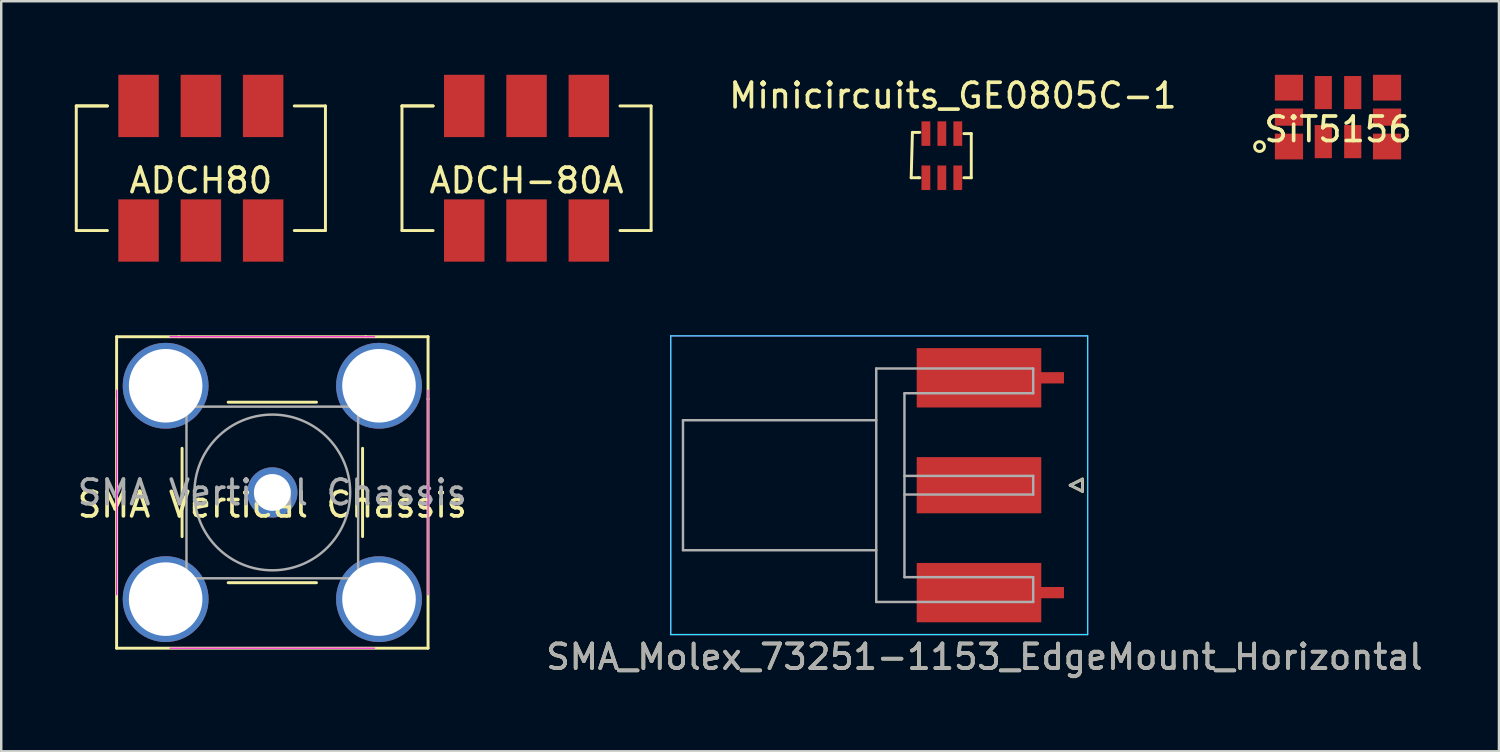
<source format=kicad_pcb>
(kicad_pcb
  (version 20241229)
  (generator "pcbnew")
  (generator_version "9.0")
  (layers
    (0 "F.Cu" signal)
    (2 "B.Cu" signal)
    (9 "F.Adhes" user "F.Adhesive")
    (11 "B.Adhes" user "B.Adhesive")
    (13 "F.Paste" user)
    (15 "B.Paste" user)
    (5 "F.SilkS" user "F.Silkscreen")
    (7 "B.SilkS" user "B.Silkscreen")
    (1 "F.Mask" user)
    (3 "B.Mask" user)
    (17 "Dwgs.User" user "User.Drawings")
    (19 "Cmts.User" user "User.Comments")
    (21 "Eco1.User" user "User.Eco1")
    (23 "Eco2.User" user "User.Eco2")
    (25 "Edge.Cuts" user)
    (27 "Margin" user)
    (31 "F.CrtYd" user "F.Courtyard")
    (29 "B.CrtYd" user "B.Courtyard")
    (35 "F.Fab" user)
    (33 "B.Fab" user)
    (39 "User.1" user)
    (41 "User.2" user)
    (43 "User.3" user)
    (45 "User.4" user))
  (footprint "ADCH-80A"
    (layer "F.Cu")
    (at 18.42 3.81)
    (property "Reference" "ADCH-80A" (at 0 0.5 0) (layer "F.SilkS") (effects (font (size 1 1) (thickness 0.15))))
    (attr through_hole)
    (fp_line (start -5.08 -2.54) (end -5.08 2.54) (stroke (width 0.12) (type solid)) (layer "F.SilkS"))
    (fp_line (start -5.08 -2.54) (end -3.81 -2.54) (stroke (width 0.12) (type solid)) (layer "F.SilkS"))
    (fp_line (start -5.08 2.54) (end -3.81 2.54) (stroke (width 0.12) (type solid)) (layer "F.SilkS"))
    (fp_line (start -3.81 -2.54) (end -5.08 -2.54) (stroke (width 0.12) (type solid)) (layer "F.SilkS"))
    (fp_line (start 5.08 -2.54) (end 3.81 -2.54) (stroke (width 0.12) (type solid)) (layer "F.SilkS"))
    (fp_line (start 5.08 -2.54) (end 5.08 2.54) (stroke (width 0.12) (type solid)) (layer "F.SilkS"))
    (fp_line (start 5.08 2.54) (end 3.81 2.54) (stroke (width 0.12) (type solid)) (layer "F.SilkS"))
    (pad "1" smd rect (at -2.54 2.54) (size 1.65 2.54) (layers "F.Cu" "F.Mask" "F.Paste"))
    (pad "2" smd rect (at 0 2.54) (size 1.65 2.54) (layers "F.Cu" "F.Mask" "F.Paste"))
    (pad "3" smd rect (at 2.54 2.54) (size 1.65 2.54) (layers "F.Cu" "F.Mask" "F.Paste"))
    (pad "4" smd rect (at 2.54 -2.54) (size 1.65 2.54) (layers "F.Cu" "F.Mask" "F.Paste"))
    (pad "5" smd rect (at 0 -2.54) (size 1.65 2.54) (layers "F.Cu" "F.Mask" "F.Paste"))
    (pad "6" smd rect (at -2.54 -2.54) (size 1.65 2.54) (layers "F.Cu" "F.Mask" "F.Paste")))
  (footprint "ADCH80"
    (layer "F.Cu")
    (at 5.14 3.81)
    (property "Reference" "ADCH80" (at 0 0.5 0) (layer "F.SilkS") (effects (font (size 1 1) (thickness 0.15))))
    (attr through_hole)
    (fp_line (start -5.08 -2.54) (end -5.08 2.54) (stroke (width 0.12) (type solid)) (layer "F.SilkS"))
    (fp_line (start -5.08 -2.54) (end -3.81 -2.54) (stroke (width 0.12) (type solid)) (layer "F.SilkS"))
    (fp_line (start -5.08 2.54) (end -3.81 2.54) (stroke (width 0.12) (type solid)) (layer "F.SilkS"))
    (fp_line (start -3.81 -2.54) (end -5.08 -2.54) (stroke (width 0.12) (type solid)) (layer "F.SilkS"))
    (fp_line (start 5.08 -2.54) (end 3.81 -2.54) (stroke (width 0.12) (type solid)) (layer "F.SilkS"))
    (fp_line (start 5.08 -2.54) (end 5.08 2.54) (stroke (width 0.12) (type solid)) (layer "F.SilkS"))
    (fp_line (start 5.08 2.54) (end 3.81 2.54) (stroke (width 0.12) (type solid)) (layer "F.SilkS"))
    (pad "1" smd rect (at -2.54 2.54) (size 1.65 2.54) (layers "F.Cu" "F.Mask" "F.Paste"))
    (pad "2" smd rect (at 0 2.54) (size 1.65 2.54) (layers "F.Cu" "F.Mask" "F.Paste"))
    (pad "3" smd rect (at 2.54 2.54) (size 1.65 2.54) (layers "F.Cu" "F.Mask" "F.Paste"))
    (pad "4" smd rect (at 2.54 -2.54) (size 1.65 2.54) (layers "F.Cu" "F.Mask" "F.Paste"))
    (pad "5" smd rect (at 0 -2.54) (size 1.65 2.54) (layers "F.Cu" "F.Mask" "F.Paste"))
    (pad "6" smd rect (at -2.54 -2.54) (size 1.65 2.54) (layers "F.Cu" "F.Mask" "F.Paste")))
  (footprint "Minicircuits_GE0805C-1"
    (layer "F.Cu")
    (at 34.704 4.198)
    (property "Reference" "Minicircuits_GE0805C-1" (at 1.1 -3.35 0) (layer "F.SilkS") (effects (font (size 1 1) (thickness 0.15))))
    (attr through_hole)
    (fp_line (start -0.6 0) (end -0.3 0) (stroke (width 0.12) (type solid)) (layer "F.SilkS"))
    (fp_line (start -0.55 -1.85) (end -0.6 0) (stroke (width 0.12) (type solid)) (layer "F.SilkS"))
    (fp_line (start -0.3 0) (end -0.25 0) (stroke (width 0.12) (type solid)) (layer "F.SilkS"))
    (fp_line (start -0.25 -1.85) (end -0.55 -1.85) (stroke (width 0.12) (type solid)) (layer "F.SilkS"))
    (fp_line (start 1.55 0) (end 1.85 0) (stroke (width 0.12) (type solid)) (layer "F.SilkS"))
    (fp_line (start 1.85 -1.8) (end 1.55 -1.8) (stroke (width 0.12) (type solid)) (layer "F.SilkS"))
    (fp_line (start 1.85 0) (end 1.85 -1.8) (stroke (width 0.12) (type solid)) (layer "F.SilkS"))
    (pad "1" smd rect (at 0 0) (size 0.36 1) (layers "F.Cu" "F.Mask" "F.Paste"))
    (pad "2" smd rect (at 0.65 0) (size 0.36 1) (layers "F.Cu" "F.Mask" "F.Paste"))
    (pad "3" smd rect (at 1.3 0) (size 0.36 1) (layers "F.Cu" "F.Mask" "F.Paste"))
    (pad "4" smd rect (at 1.3 -1.8) (size 0.36 1) (layers "F.Cu" "F.Mask" "F.Paste"))
    (pad "5" smd rect (at 0.65 -1.8) (size 0.36 1) (layers "F.Cu" "F.Mask" "F.Paste"))
    (pad "6" smd rect (at 0 -1.8) (size 0.36 1) (layers "F.Cu" "F.Mask" "F.Paste")))
  (footprint "SMA_Molex_73251-1153_EdgeMount_Horizontal"
    (layer "F.Cu")
    (at 38.589 16.735)
    (property "Reference" "SMA_Molex_73251-1153_EdgeMount_Horizontal" (at -1.5 7 0) (layer "F.SilkS") (effects (font (size 1 1) (thickness 0.15))))
    (attr smd)
    (fp_line (start 2 0) (end 2.5 -0.25) (stroke (width 0.12) (type solid)) (layer "F.SilkS"))
    (fp_line (start 2.5 -0.25) (end 2.5 0.25) (stroke (width 0.12) (type solid)) (layer "F.SilkS"))
    (fp_line (start 2.5 0.25) (end 2 0) (stroke (width 0.12) (type solid)) (layer "F.SilkS"))
    (fp_line (start -14.29 -6.09) (end -14.29 6.09) (stroke (width 0.05) (type solid)) (layer "B.CrtYd"))
    (fp_line (start -14.29 -6.09) (end 2.71 -6.09) (stroke (width 0.05) (type solid)) (layer "B.CrtYd"))
    (fp_line (start -14.29 6.09) (end 2.71 6.09) (stroke (width 0.05) (type solid)) (layer "B.CrtYd"))
    (fp_line (start 2.71 -6.09) (end 2.71 6.09) (stroke (width 0.05) (type solid)) (layer "B.CrtYd"))
    (fp_line (start -14.29 -6.09) (end -14.29 6.09) (stroke (width 0.05) (type solid)) (layer "F.CrtYd"))
    (fp_line (start -14.29 6.09) (end 2.71 6.09) (stroke (width 0.05) (type solid)) (layer "F.CrtYd"))
    (fp_line (start 2.71 -6.09) (end -14.29 -6.09) (stroke (width 0.05) (type solid)) (layer "F.CrtYd"))
    (fp_line (start 2.71 -6.09) (end 2.71 6.09) (stroke (width 0.05) (type solid)) (layer "F.CrtYd"))
    (fp_line (start -13.79 -2.65) (end -13.79 2.65) (stroke (width 0.1) (type solid)) (layer "F.Fab"))
    (fp_line (start -13.79 -2.65) (end -5.91 -2.65) (stroke (width 0.1) (type solid)) (layer "F.Fab"))
    (fp_line (start -13.79 2.65) (end -5.91 2.65) (stroke (width 0.1) (type solid)) (layer "F.Fab"))
    (fp_line (start -5.91 -4.76) (end -5.91 4.76) (stroke (width 0.1) (type solid)) (layer "F.Fab"))
    (fp_line (start -5.91 4.76) (end 0.49 4.76) (stroke (width 0.1) (type solid)) (layer "F.Fab"))
    (fp_line (start -4.76 -3.75) (end -4.76 3.75) (stroke (width 0.1) (type solid)) (layer "F.Fab"))
    (fp_line (start -4.76 -3.75) (end 0.49 -3.75) (stroke (width 0.1) (type solid)) (layer "F.Fab"))
    (fp_line (start -4.76 -0.38) (end 0.49 -0.38) (stroke (width 0.1) (type solid)) (layer "F.Fab"))
    (fp_line (start -4.76 0.38) (end 0.49 0.38) (stroke (width 0.1) (type solid)) (layer "F.Fab"))
    (fp_line (start -4.76 3.75) (end 0.49 3.75) (stroke (width 0.1) (type solid)) (layer "F.Fab"))
    (fp_line (start 0.49 -4.76) (end -5.91 -4.76) (stroke (width 0.1) (type solid)) (layer "F.Fab"))
    (fp_line (start 0.49 -4.76) (end 0.49 -3.75) (stroke (width 0.1) (type solid)) (layer "F.Fab"))
    (fp_line (start 0.49 -0.38) (end 0.49 0.38) (stroke (width 0.1) (type solid)) (layer "F.Fab"))
    (fp_line (start 0.49 3.75) (end 0.49 4.76) (stroke (width 0.1) (type solid)) (layer "F.Fab"))
    (fp_line (start 2 0) (end 2.5 0.25) (stroke (width 0.1) (type solid)) (layer "F.Fab"))
    (fp_line (start 2.5 -0.25) (end 2 0) (stroke (width 0.1) (type solid)) (layer "F.Fab"))
    (fp_line (start 2.5 0.25) (end 2.5 -0.25) (stroke (width 0.1) (type solid)) (layer "F.Fab"))
    (fp_text user "${REFERENCE}" (at -1.5 7 0) (layer "F.Fab") (effects (font (size 1 1) (thickness 0.15))))
    (pad "1" smd rect (at -1.72 0) (size 5.08 2.29) (layers "F.Cu" "F.Mask" "F.Paste"))
    (pad "2" smd rect (at -1.72 -4.38) (size 5.08 2.42) (layers "F.Cu" "F.Mask" "F.Paste"))
    (pad "2" smd rect (at -1.72 4.38) (size 5.08 2.42) (layers "F.Cu" "F.Mask" "F.Paste"))
    (pad "2" smd rect (at 1.27 -4.38) (size 0.95 0.46) (layers "F.Cu"))
    (pad "2" smd rect (at 1.27 4.38) (size 0.95 0.46) (layers "F.Cu")))
  (footprint "SiT5156"
    (layer "F.Cu")
    (at 51.508 1.725)
    (property "Reference" "SiT5156" (at 0 0.5 0) (layer "F.SilkS") (effects (font (size 1 1) (thickness 0.15))))
    (attr through_hole)
    (fp_circle (center -3.2 1.2) (end -3 1.2) (stroke (width 0.12) (type solid)) (fill no) (layer "F.SilkS"))
    (pad "1" smd rect (at -2 1.2) (size 1.15 1.05) (layers "F.Cu" "F.Mask" "F.Paste"))
    (pad "2" smd rect (at -0.6 1) (size 0.7 1.35) (layers "F.Cu" "F.Mask" "F.Paste"))
    (pad "3" smd rect (at 0.6 1) (size 0.7 1.35) (layers "F.Cu" "F.Mask" "F.Paste"))
    (pad "4" smd rect (at 2 1.2) (size 1.15 1.05) (layers "F.Cu" "F.Mask" "F.Paste"))
    (pad "5" smd rect (at 2 0) (size 1.15 0.7) (layers "F.Cu" "F.Mask" "F.Paste"))
    (pad "6" smd rect (at 2 -1.2) (size 1.15 1.05) (layers "F.Cu" "F.Mask" "F.Paste"))
    (pad "7" smd rect (at 0.6 -1) (size 0.7 1.35) (layers "F.Cu" "F.Mask" "F.Paste"))
    (pad "8" smd rect (at -0.6 -1) (size 0.7 1.35) (layers "F.Cu" "F.Mask" "F.Paste"))
    (pad "9" smd rect (at -2 -1.2) (size 1.15 1.05) (layers "F.Cu" "F.Mask" "F.Paste"))
    (pad "10" smd rect (at -2 0) (size 1.15 0.7) (layers "F.Cu" "F.Mask" "F.Paste")))
  (footprint "SMA Vertical Chassis"
    (layer "F.Cu")
    (at 8.054 17.03)
    (property "Reference" "SMA Vertical Chassis" (at 0 0.5 0) (layer "F.SilkS") (effects (font (size 1 1) (thickness 0.15))))
    (attr through_hole)
    (fp_line (start -6.35 -6.35) (end -3.81 -6.35) (stroke (width 0.12) (type solid)) (layer "F.SilkS"))
    (fp_line (start -6.35 -3.81) (end -6.35 -6.35) (stroke (width 0.12) (type solid)) (layer "F.SilkS"))
    (fp_line (start -6.35 6.35) (end -6.35 -3.81) (stroke (width 0.12) (type solid)) (layer "F.SilkS"))
    (fp_line (start -3.81 -6.35) (end 3.81 -6.35) (stroke (width 0.12) (type solid)) (layer "F.SilkS"))
    (fp_line (start -3.68 -1.8) (end -3.68 1.8) (stroke (width 0.12) (type solid)) (layer "F.SilkS"))
    (fp_line (start -1.8 -3.68) (end 1.8 -3.68) (stroke (width 0.12) (type solid)) (layer "F.SilkS"))
    (fp_line (start -1.8 3.68) (end 1.8 3.68) (stroke (width 0.12) (type solid)) (layer "F.SilkS"))
    (fp_line (start 3.68 -1.8) (end 3.68 1.8) (stroke (width 0.12) (type solid)) (layer "F.SilkS"))
    (fp_line (start 3.81 -6.35) (end 6.35 -6.35) (stroke (width 0.12) (type solid)) (layer "F.SilkS"))
    (fp_line (start 6.35 -6.35) (end 6.35 -3.81) (stroke (width 0.12) (type solid)) (layer "F.SilkS"))
    (fp_line (start 6.35 -3.81) (end 6.35 6.35) (stroke (width 0.12) (type solid)) (layer "F.SilkS"))
    (fp_line (start 6.35 6.35) (end -6.35 6.35) (stroke (width 0.12) (type solid)) (layer "F.SilkS"))
    (fp_line (start -6.35 -4.17) (end -6.35 4.17) (stroke (width 0.05) (type solid)) (layer "F.CrtYd"))
    (fp_line (start -4.17 -6.35) (end 4.17 -6.35) (stroke (width 0.05) (type solid)) (layer "F.CrtYd"))
    (fp_line (start 4.17 6.35) (end -4.17 6.35) (stroke (width 0.05) (type solid)) (layer "F.CrtYd"))
    (fp_line (start 6.35 4.17) (end 6.35 -4.17) (stroke (width 0.05) (type solid)) (layer "F.CrtYd"))
    (fp_line (start -3.5 -3.5) (end -3.5 3.5) (stroke (width 0.1) (type solid)) (layer "F.Fab"))
    (fp_line (start -3.5 -3.5) (end 3.5 -3.5) (stroke (width 0.1) (type solid)) (layer "F.Fab"))
    (fp_line (start -3.5 3.5) (end 3.5 3.5) (stroke (width 0.1) (type solid)) (layer "F.Fab"))
    (fp_line (start 3.5 -3.5) (end 3.5 3.5) (stroke (width 0.1) (type solid)) (layer "F.Fab"))
    (fp_circle (center 0 0) (end 3.175 0) (stroke (width 0.1) (type solid)) (fill no) (layer "F.Fab"))
    (fp_text user "${REFERENCE}" (at 0 0 0) (layer "F.Fab") (effects (font (size 1 1) (thickness 0.15))))
    (pad "1" thru_hole circle (at 0 0) (size 2.05 2.05) (drill 1.5) (layers "*.Cu" "*.Mask"))
    (pad "2" thru_hole circle (at -4.35 -4.35) (size 3.5 3.5) (drill 3) (layers "*.Cu" "*.Mask"))
    (pad "2" thru_hole circle (at -4.35 4.35) (size 3.5 3.5) (drill 3) (layers "*.Cu" "*.Mask"))
    (pad "2" thru_hole circle (at 4.35 -4.35) (size 3.5 3.5) (drill 3) (layers "*.Cu" "*.Mask"))
    (pad "2" thru_hole circle (at 4.35 4.35) (size 3.5 3.5) (drill 3) (layers "*.Cu" "*.Mask")))
  (gr_rect
    (start -3 -3)
    (end 58.071 27.583)
    (stroke (width 0.1) (type default))
    (fill no)
    (layer "Edge.Cuts")))
</source>
